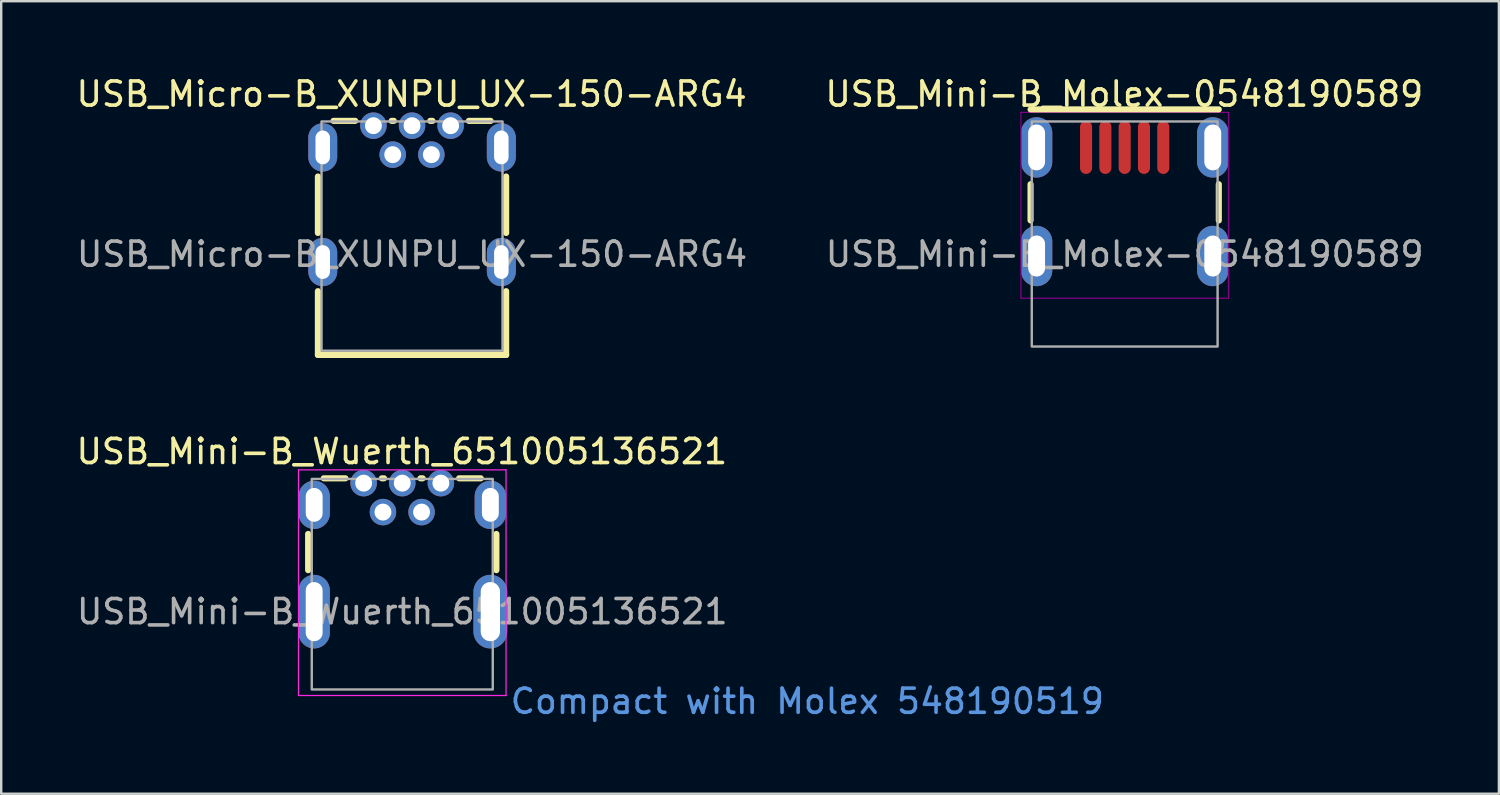
<source format=kicad_pcb>
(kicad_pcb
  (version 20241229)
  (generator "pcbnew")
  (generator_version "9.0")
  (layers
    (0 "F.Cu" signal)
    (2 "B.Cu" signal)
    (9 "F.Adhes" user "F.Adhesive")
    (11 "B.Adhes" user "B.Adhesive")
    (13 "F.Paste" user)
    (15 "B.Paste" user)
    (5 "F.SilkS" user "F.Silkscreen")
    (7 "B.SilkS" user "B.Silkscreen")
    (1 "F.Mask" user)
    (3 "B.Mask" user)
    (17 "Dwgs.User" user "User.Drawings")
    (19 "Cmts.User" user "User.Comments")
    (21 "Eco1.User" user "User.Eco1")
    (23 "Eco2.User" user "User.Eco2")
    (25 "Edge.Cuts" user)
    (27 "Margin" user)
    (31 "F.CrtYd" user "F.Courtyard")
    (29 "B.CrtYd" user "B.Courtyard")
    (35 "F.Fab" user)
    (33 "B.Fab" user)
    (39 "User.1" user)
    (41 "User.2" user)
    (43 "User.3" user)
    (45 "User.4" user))
  (footprint "USB_Micro-B_XUNPU_UX-150-ARG4"
    (layer "F.Cu")
    (at 14.023 4.983)
    (property "Reference" "USB_Micro-B_XUNPU_UX-150-ARG4" (at -0.017 -4.135 0) (layer "F.SilkS") (effects (font (size 1 1) (thickness 0.15))))
    (fp_line (start -3.9 1.619) (end -3.9 -0.719) (stroke (width 0.254) (type default)) (layer "F.SilkS"))
    (fp_line (start -3.9 6.675) (end -3.9 4.032) (stroke (width 0.254) (type default)) (layer "F.SilkS"))
    (fp_line (start -3.9 6.675) (end 3.9 6.675) (stroke (width 0.254) (type default)) (layer "F.SilkS"))
    (fp_line (start -2.355 -3.025) (end -3.254 -3.025) (stroke (width 0.254) (type default)) (layer "F.SilkS"))
    (fp_line (start -0.755 -3.025) (end -0.845 -3.025) (stroke (width 0.254) (type default)) (layer "F.SilkS"))
    (fp_line (start 0.845 -3.025) (end 0.755 -3.025) (stroke (width 0.254) (type default)) (layer "F.SilkS"))
    (fp_line (start 3.254 -3.025) (end 2.355 -3.025) (stroke (width 0.254) (type default)) (layer "F.SilkS"))
    (fp_line (start 3.9 1.619) (end 3.9 -0.719) (stroke (width 0.254) (type default)) (layer "F.SilkS"))
    (fp_line (start 3.9 6.675) (end 3.9 4.032) (stroke (width 0.254) (type default)) (layer "F.SilkS"))
    (fp_rect (start -3.75 -3) (end 3.75 6.5) (stroke (width 0.1) (type default)) (fill no) (layer "F.Fab"))
    (fp_poly (pts (xy -3.94 -1.525) (xy -3.94 -2.325) (xy -3.46 -2.325) (xy -3.46 -1.525)) (stroke (width 0.1) (type default)) (fill no) (layer "User.1"))
    (fp_poly (pts (xy -3.94 3.225) (xy -3.94 2.425) (xy -3.46 2.425) (xy -3.46 3.225)) (stroke (width 0.1) (type default)) (fill no) (layer "User.1"))
    (fp_poly (pts (xy 3.46 -1.525) (xy 3.46 -2.325) (xy 3.94 -2.325) (xy 3.94 -1.525)) (stroke (width 0.1) (type default)) (fill no) (layer "User.1"))
    (fp_poly (pts (xy 3.46 3.225) (xy 3.46 2.425) (xy 3.94 2.425) (xy 3.94 3.225)) (stroke (width 0.1) (type default)) (fill no) (layer "User.1"))
    (fp_poly (pts (xy -1.35 -2.825) (xy -1.369 -2.921) (xy -1.423 -3.002) (xy -1.504 -3.056) (xy -1.6 -3.075) (xy -1.696 -3.056) (xy -1.777 -3.002) (xy -1.831 -2.921) (xy -1.85 -2.825) (xy -1.831 -2.729) (xy -1.777 -2.648) (xy -1.696 -2.594) (xy -1.6 -2.575) (xy -1.504 -2.594) (xy -1.423 -2.648) (xy -1.369 -2.729)) (stroke (width 0.1) (type default)) (fill no) (layer "User.1"))
    (fp_poly (pts (xy -0.55 -1.625) (xy -0.569 -1.721) (xy -0.623 -1.802) (xy -0.704 -1.856) (xy -0.8 -1.875) (xy -0.896 -1.856) (xy -0.977 -1.802) (xy -1.031 -1.721) (xy -1.05 -1.625) (xy -1.031 -1.529) (xy -0.977 -1.448) (xy -0.896 -1.394) (xy -0.8 -1.375) (xy -0.704 -1.394) (xy -0.623 -1.448) (xy -0.569 -1.529)) (stroke (width 0.1) (type default)) (fill no) (layer "User.1"))
    (fp_poly (pts (xy 0.25 -2.825) (xy 0.231 -2.921) (xy 0.177 -3.002) (xy 0.096 -3.056) (xy 0 -3.075) (xy -0.096 -3.056) (xy -0.177 -3.002) (xy -0.231 -2.921) (xy -0.25 -2.825) (xy -0.231 -2.729) (xy -0.177 -2.648) (xy -0.096 -2.594) (xy 0 -2.575) (xy 0.096 -2.594) (xy 0.177 -2.648) (xy 0.231 -2.729)) (stroke (width 0.1) (type default)) (fill no) (layer "User.1"))
    (fp_poly (pts (xy 1.05 -1.625) (xy 1.031 -1.721) (xy 0.977 -1.802) (xy 0.896 -1.856) (xy 0.8 -1.875) (xy 0.704 -1.856) (xy 0.623 -1.802) (xy 0.569 -1.721) (xy 0.55 -1.625) (xy 0.569 -1.529) (xy 0.623 -1.448) (xy 0.704 -1.394) (xy 0.8 -1.375) (xy 0.896 -1.394) (xy 0.977 -1.448) (xy 1.031 -1.529)) (stroke (width 0.1) (type default)) (fill no) (layer "User.1"))
    (fp_poly (pts (xy 1.85 -2.825) (xy 1.831 -2.921) (xy 1.777 -3.002) (xy 1.696 -3.056) (xy 1.6 -3.075) (xy 1.504 -3.056) (xy 1.423 -3.002) (xy 1.369 -2.921) (xy 1.35 -2.825) (xy 1.369 -2.729) (xy 1.423 -2.648) (xy 1.504 -2.594) (xy 1.6 -2.575) (xy 1.696 -2.594) (xy 1.777 -2.648) (xy 1.831 -2.729)) (stroke (width 0.1) (type default)) (fill no) (layer "User.1"))
    (fp_line (start -4.3 -3.375) (end 4.3 -3.375) (stroke (width 0.051) (type default)) (layer "User.2"))
    (fp_line (start -4.3 6.802) (end -4.3 -3.375) (stroke (width 0.051) (type default)) (layer "User.2"))
    (fp_line (start 4.3 -3.375) (end 4.3 6.802) (stroke (width 0.051) (type default)) (layer "User.2"))
    (fp_line (start 4.3 6.802) (end -4.3 6.802) (stroke (width 0.051) (type default)) (layer "User.2"))
    (fp_poly (pts (xy -4.24 -3.375) (xy -4.258 -3.417) (xy -4.3 -3.435) (xy -4.342 -3.417) (xy -4.36 -3.375) (xy -4.342 -3.333) (xy -4.3 -3.315) (xy -4.258 -3.333)) (stroke (width 0.1) (type default)) (fill no) (layer "User.3"))
    (fp_text user "${REFERENCE}" (at 0 2.5 0) (layer "F.Fab") (effects (font (size 1 1) (thickness 0.15))))
    (pad "1" thru_hole circle (at -1.6 -2.825) (size 1.1 1.1) (drill 0.7) (layers "*.Cu" "*.Mask"))
    (pad "2" thru_hole circle (at -0.8 -1.625) (size 1.1 1.1) (drill 0.7) (layers "*.Cu" "*.Mask"))
    (pad "3" thru_hole circle (at 0 -2.825) (size 1.1 1.1) (drill 0.7) (layers "*.Cu" "*.Mask"))
    (pad "4" thru_hole circle (at 0.8 -1.625) (size 1.1 1.1) (drill 0.7) (layers "*.Cu" "*.Mask"))
    (pad "5" thru_hole circle (at 1.6 -2.825) (size 1.1 1.1) (drill 0.7) (layers "*.Cu" "*.Mask"))
    (pad "6" thru_hole oval (at -3.7 -1.925) (size 1.2 2) (drill oval 0.6 1.4) (layers "*.Cu" "*.Mask"))
    (pad "6" thru_hole oval (at -3.7 2.825) (size 1.2 2) (drill oval 0.6 1.4) (layers "*.Cu" "*.Mask"))
    (pad "6" thru_hole oval (at 3.7 -1.925) (size 1.2 2) (drill oval 0.6 1.4) (layers "*.Cu" "*.Mask"))
    (pad "6" thru_hole oval (at 3.7 2.825) (size 1.2 2) (drill oval 0.6 1.4) (layers "*.Cu" "*.Mask")))
  (footprint "USB_Mini-B_Molex-0548190589"
    (layer "F.Cu")
    (at 43.552 4.983)
    (property "Reference" "USB_Mini-B_Molex-0548190589" (at -0.017 -4.135 0) (layer "F.SilkS") (effects (font (size 1 1) (thickness 0.15))))
    (fp_line (start -3.9 1.1) (end -3.9 -0.4) (stroke (width 0.254) (type default)) (layer "F.SilkS"))
    (fp_line (start 3.9 -3.5) (end -3.9 -3.5) (stroke (width 0.254) (type default)) (layer "F.SilkS"))
    (fp_line (start 3.9 1.1) (end 3.9 -0.4) (stroke (width 0.254) (type default)) (layer "F.SilkS"))
    (fp_line (start -4.3 -3.375) (end 4.3 -3.375) (stroke (width 0.051) (type default)) (layer "F.Adhes"))
    (fp_line (start -4.3 4.325) (end -4.3 -3.375) (stroke (width 0.051) (type default)) (layer "F.Adhes"))
    (fp_line (start 4.3 -3.375) (end 4.3 4.325) (stroke (width 0.051) (type default)) (layer "F.Adhes"))
    (fp_line (start 4.3 4.325) (end -4.3 4.325) (stroke (width 0.051) (type default)) (layer "F.Adhes"))
    (fp_rect (start -3.85 -3) (end 3.85 6.325) (stroke (width 0.1) (type default)) (fill no) (layer "F.Fab"))
    (fp_text user "${REFERENCE}" (at 0 2.5 0) (layer "F.Fab") (effects (font (size 1 1) (thickness 0.15))))
    (pad "1" smd oval (at -1.6 -1.925) (size 0.5 2.2) (layers "F.Cu" "F.Mask" "F.Paste"))
    (pad "2" smd oval (at -0.8 -1.925) (size 0.5 2.2) (layers "F.Cu" "F.Mask" "F.Paste"))
    (pad "3" smd oval (at 0 -1.925) (size 0.5 2.2) (layers "F.Cu" "F.Mask" "F.Paste"))
    (pad "4" smd oval (at 0.8 -1.925) (size 0.5 2.2) (layers "F.Cu" "F.Mask" "F.Paste"))
    (pad "5" smd oval (at 1.6 -1.925) (size 0.5 2.2) (layers "F.Cu" "F.Mask" "F.Paste"))
    (pad "6" thru_hole oval (at -3.65 -1.925) (size 1.3 2.5) (drill oval 0.7 1.9) (layers "*.Cu" "*.Mask"))
    (pad "6" thru_hole oval (at -3.65 2.575) (size 1.3 2.5) (drill oval 0.7 1.7) (layers "*.Cu" "*.Mask"))
    (pad "6" thru_hole oval (at 3.65 -1.925) (size 1.3 2.5) (drill oval 0.7 1.9) (layers "*.Cu" "*.Mask"))
    (pad "6" thru_hole oval (at 3.65 2.575) (size 1.3 2.5) (drill oval 0.7 1.7) (layers "*.Cu" "*.Mask")))
  (footprint "USB_Mini-B_Wuerth_651005136521"
    (layer "F.Cu")
    (at 13.618 19.794)
    (property "Reference" "USB_Mini-B_Wuerth_651005136521" (at -0.017 -4.135 0) (layer "F.SilkS") (effects (font (size 1 1) (thickness 0.15))))
    (fp_line (start -3.9 0.781) (end -3.9 -0.719) (stroke (width 0.254) (type default)) (layer "F.SilkS"))
    (fp_line (start -2.355 -3.025) (end -3.254 -3.025) (stroke (width 0.254) (type default)) (layer "F.SilkS"))
    (fp_line (start -0.755 -3.025) (end -0.845 -3.025) (stroke (width 0.254) (type default)) (layer "F.SilkS"))
    (fp_line (start 0.845 -3.025) (end 0.755 -3.025) (stroke (width 0.254) (type default)) (layer "F.SilkS"))
    (fp_line (start 3.254 -3.025) (end 2.355 -3.025) (stroke (width 0.254) (type default)) (layer "F.SilkS"))
    (fp_line (start 3.9 0.781) (end 3.9 -0.719) (stroke (width 0.254) (type default)) (layer "F.SilkS"))
    (fp_line (start -4.3 -3.375) (end 4.3 -3.375) (stroke (width 0.051) (type default)) (layer "F.CrtYd"))
    (fp_line (start -4.3 5.975) (end -4.3 -3.375) (stroke (width 0.051) (type default)) (layer "F.CrtYd"))
    (fp_line (start 4.3 -3.375) (end 4.3 5.975) (stroke (width 0.051) (type default)) (layer "F.CrtYd"))
    (fp_line (start 4.3 5.975) (end -4.3 5.975) (stroke (width 0.051) (type default)) (layer "F.CrtYd"))
    (fp_rect (start -3.75 -3) (end 3.75 5.725) (stroke (width 0.1) (type default)) (fill no) (layer "F.Fab"))
    (fp_text user "Compact with Molex 548190519" (at 4.4 6.8 0) (unlocked yes) (layer "Cmts.User") (effects (font (size 1 1) (thickness 0.15)) (justify left bottom)))
    (fp_text user "${REFERENCE}" (at 0 2.5 0) (layer "F.Fab") (effects (font (size 1 1) (thickness 0.15))))
    (pad "1" thru_hole circle (at -1.6 -2.825) (size 1.1 1.1) (drill 0.7) (layers "*.Cu" "*.Mask"))
    (pad "2" thru_hole circle (at -0.8 -1.625) (size 1.1 1.1) (drill 0.7) (layers "*.Cu" "*.Mask"))
    (pad "3" thru_hole circle (at 0 -2.825) (size 1.1 1.1) (drill 0.7) (layers "*.Cu" "*.Mask"))
    (pad "4" thru_hole circle (at 0.8 -1.625) (size 1.1 1.1) (drill 0.7) (layers "*.Cu" "*.Mask"))
    (pad "5" thru_hole circle (at 1.6 -2.825) (size 1.1 1.1) (drill 0.7) (layers "*.Cu" "*.Mask"))
    (pad "6" thru_hole oval (at -3.65 -1.925) (size 1.3 2) (drill oval 0.7 1.4) (layers "*.Cu" "*.Mask"))
    (pad "6" thru_hole oval (at -3.65 2.5) (size 1.3 3.05) (drill oval 0.7 2.45) (layers "*.Cu" "*.Mask"))
    (pad "6" thru_hole oval (at 3.65 -1.925) (size 1.3 2) (drill oval 0.7 1.4) (layers "*.Cu" "*.Mask"))
    (pad "6" thru_hole oval (at 3.65 2.5) (size 1.4 3.05) (drill oval 0.8 2.45) (layers "*.Cu" "*.Mask")))
  (gr_rect
    (start -3 -3)
    (end 59.058 29.84)
    (stroke (width 0.1) (type default))
    (fill no)
    (layer "Edge.Cuts")))
</source>
